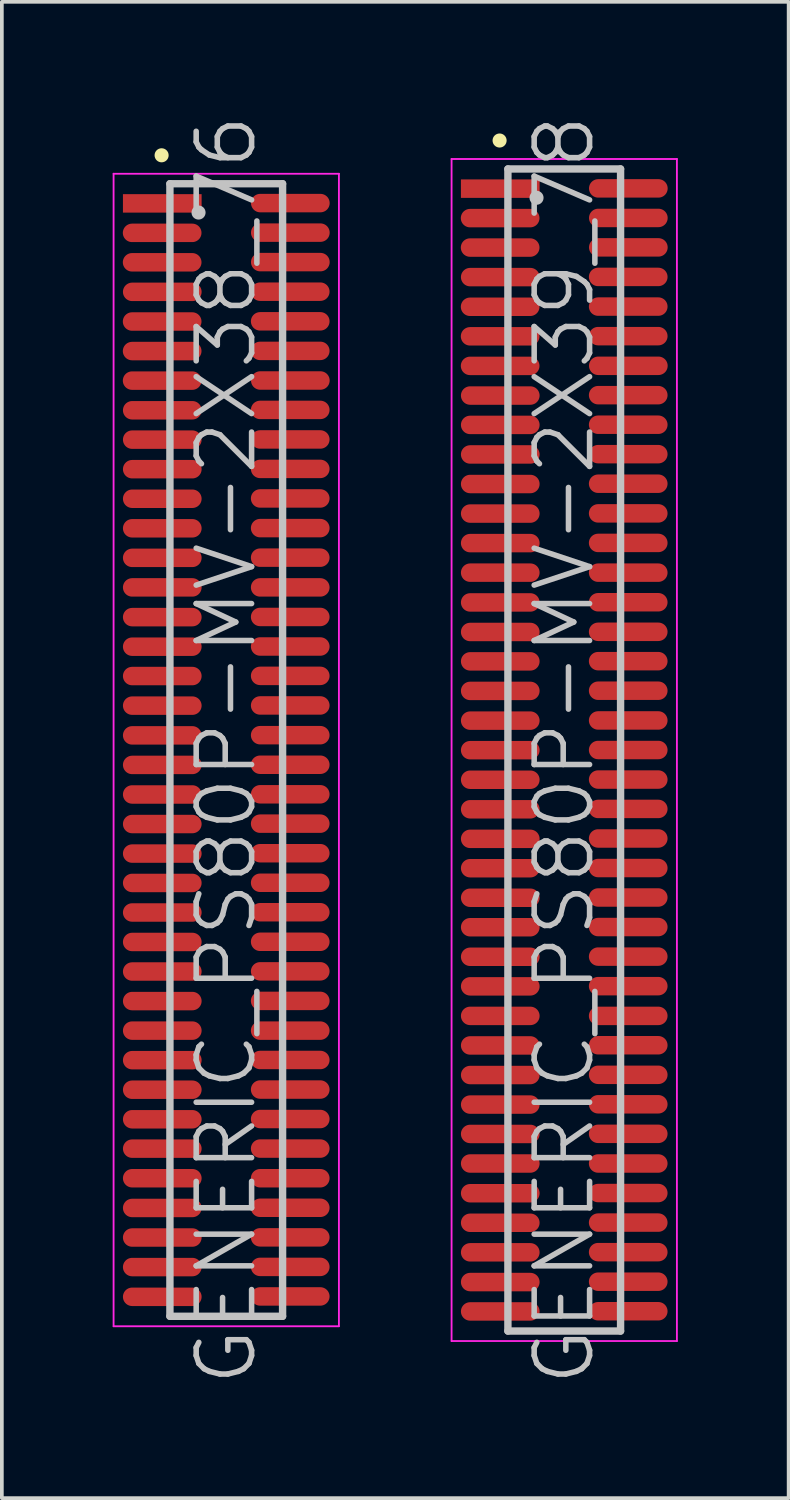
<source format=kicad_pcb>
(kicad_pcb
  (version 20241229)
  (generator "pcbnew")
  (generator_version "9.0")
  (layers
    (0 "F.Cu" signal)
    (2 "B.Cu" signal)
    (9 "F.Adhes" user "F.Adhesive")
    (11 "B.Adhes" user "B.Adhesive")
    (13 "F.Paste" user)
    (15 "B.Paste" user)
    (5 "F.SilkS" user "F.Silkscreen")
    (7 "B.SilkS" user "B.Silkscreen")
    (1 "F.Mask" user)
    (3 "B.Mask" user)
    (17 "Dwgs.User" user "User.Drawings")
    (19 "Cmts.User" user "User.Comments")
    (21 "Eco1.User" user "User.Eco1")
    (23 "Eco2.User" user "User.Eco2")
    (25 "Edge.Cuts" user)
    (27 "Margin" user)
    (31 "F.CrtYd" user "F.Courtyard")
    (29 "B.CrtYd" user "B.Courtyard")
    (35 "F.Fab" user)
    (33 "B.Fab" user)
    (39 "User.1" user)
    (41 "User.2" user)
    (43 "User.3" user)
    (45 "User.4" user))
  (footprint "GENERIC_PS80P-MV-2X38_76"
    (layer "F.Cu")
    (at 3.075 17.254)
    (property "Reference" "GENERIC_PS80P-MV-2X38_76" (at 0 0 90) (layer "Dwgs.User") (effects (font (size 1.5 1.5) (thickness 0.15))))
    (attr smd)
    (fp_line (start -1.75 -16.1) (end -1.75 -16.1) (stroke (width 0.381) (type solid)) (layer "F.SilkS"))
    (fp_line (start -1.525 -15.33) (end -1.525 15.33) (stroke (width 0.2) (type solid)) (layer "Dwgs.User"))
    (fp_line (start -1.525 -15.33) (end 1.525 -15.33) (stroke (width 0.2) (type solid)) (layer "Dwgs.User"))
    (fp_line (start -1.525 15.33) (end 1.525 15.33) (stroke (width 0.2) (type solid)) (layer "Dwgs.User"))
    (fp_line (start -0.75 -14.55) (end -0.75 -14.55) (stroke (width 0.381) (type solid)) (layer "Dwgs.User"))
    (fp_line (start 1.525 -15.33) (end 1.525 15.33) (stroke (width 0.2) (type solid)) (layer "Dwgs.User"))
    (fp_line (start -3.05 -15.6) (end -3.05 15.6) (stroke (width 0.05) (type solid)) (layer "F.CrtYd"))
    (fp_line (start -3.05 -15.6) (end 3.05 -15.6) (stroke (width 0.05) (type solid)) (layer "F.CrtYd"))
    (fp_line (start -3.05 15.6) (end 3.05 15.6) (stroke (width 0.05) (type solid)) (layer "F.CrtYd"))
    (fp_line (start 3.05 -15.6) (end 3.05 15.6) (stroke (width 0.05) (type solid)) (layer "F.CrtYd"))
    (pad "1" smd rect (at -1.732 -14.798 270) (size 0.5 2.13) (layers "F.Cu" "F.Mask" "F.Paste"))
    (pad "2" smd oval (at 1.735 -14.806 270) (size 0.5 2.13) (layers "F.Cu" "F.Mask" "F.Paste"))
    (pad "3" smd oval (at -1.735 -14 270) (size 0.5 2.13) (layers "F.Cu" "F.Mask" "F.Paste"))
    (pad "4" smd oval (at 1.735 -14.006 270) (size 0.5 2.13) (layers "F.Cu" "F.Mask" "F.Paste"))
    (pad "5" smd oval (at -1.735 -13.203 270) (size 0.5 2.13) (layers "F.Cu" "F.Mask" "F.Paste"))
    (pad "6" smd oval (at 1.735 -13.208 270) (size 0.5 2.13) (layers "F.Cu" "F.Mask" "F.Paste"))
    (pad "7" smd oval (at -1.732 -12.403 270) (size 0.5 2.13) (layers "F.Cu" "F.Mask" "F.Paste"))
    (pad "8" smd oval (at 1.732 -12.408 270) (size 0.5 2.13) (layers "F.Cu" "F.Mask" "F.Paste"))
    (pad "9" smd oval (at -1.735 -11.6 270) (size 0.5 2.13) (layers "F.Cu" "F.Mask" "F.Paste"))
    (pad "10" smd oval (at 1.732 -11.605 270) (size 0.5 2.13) (layers "F.Cu" "F.Mask" "F.Paste"))
    (pad "11" smd oval (at -1.735 -10.8 270) (size 0.5 2.13) (layers "F.Cu" "F.Mask" "F.Paste"))
    (pad "12" smd oval (at 1.732 -10.805 270) (size 0.5 2.13) (layers "F.Cu" "F.Mask" "F.Paste"))
    (pad "13" smd oval (at -1.735 -10 270) (size 0.5 2.13) (layers "F.Cu" "F.Mask" "F.Paste"))
    (pad "14" smd oval (at 1.735 -10.003 270) (size 0.5 2.13) (layers "F.Cu" "F.Mask" "F.Paste"))
    (pad "15" smd oval (at -1.732 -9.197 270) (size 0.5 2.13) (layers "F.Cu" "F.Mask" "F.Paste"))
    (pad "16" smd oval (at 1.732 -9.207 270) (size 0.5 2.13) (layers "F.Cu" "F.Mask" "F.Paste"))
    (pad "17" smd oval (at -1.732 -8.402 270) (size 0.5 2.13) (layers "F.Cu" "F.Mask" "F.Paste"))
    (pad "18" smd oval (at 1.732 -8.407 270) (size 0.5 2.13) (layers "F.Cu" "F.Mask" "F.Paste"))
    (pad "19" smd oval (at -1.732 -7.602 270) (size 0.5 2.13) (layers "F.Cu" "F.Mask" "F.Paste"))
    (pad "20" smd oval (at 1.732 -7.61 270) (size 0.5 2.13) (layers "F.Cu" "F.Mask" "F.Paste"))
    (pad "21" smd oval (at -1.732 -6.802 270) (size 0.5 2.13) (layers "F.Cu" "F.Mask" "F.Paste"))
    (pad "22" smd oval (at 1.732 -6.81 270) (size 0.5 2.13) (layers "F.Cu" "F.Mask" "F.Paste"))
    (pad "23" smd oval (at -1.732 -6.002 270) (size 0.5 2.13) (layers "F.Cu" "F.Mask" "F.Paste"))
    (pad "24" smd oval (at 1.732 -6.007 270) (size 0.5 2.13) (layers "F.Cu" "F.Mask" "F.Paste"))
    (pad "25" smd oval (at -1.732 -5.202 270) (size 0.5 2.13) (layers "F.Cu" "F.Mask" "F.Paste"))
    (pad "26" smd oval (at 1.732 -5.207 270) (size 0.5 2.13) (layers "F.Cu" "F.Mask" "F.Paste"))
    (pad "27" smd oval (at -1.732 -4.402 270) (size 0.5 2.13) (layers "F.Cu" "F.Mask" "F.Paste"))
    (pad "28" smd oval (at 1.732 -4.402 270) (size 0.5 2.13) (layers "F.Cu" "F.Mask" "F.Paste"))
    (pad "29" smd oval (at -1.732 -3.597 270) (size 0.5 2.13) (layers "F.Cu" "F.Mask" "F.Paste"))
    (pad "30" smd oval (at 1.732 -3.602 270) (size 0.5 2.13) (layers "F.Cu" "F.Mask" "F.Paste"))
    (pad "31" smd oval (at -1.732 -2.797 270) (size 0.5 2.13) (layers "F.Cu" "F.Mask" "F.Paste"))
    (pad "32" smd oval (at 1.732 -2.802 270) (size 0.5 2.13) (layers "F.Cu" "F.Mask" "F.Paste"))
    (pad "33" smd oval (at -1.732 -2.002 270) (size 0.5 2.13) (layers "F.Cu" "F.Mask" "F.Paste"))
    (pad "34" smd oval (at 1.732 -2.007 270) (size 0.5 2.13) (layers "F.Cu" "F.Mask" "F.Paste"))
    (pad "35" smd oval (at -1.732 -1.201 270) (size 0.5 2.13) (layers "F.Cu" "F.Mask" "F.Paste"))
    (pad "36" smd oval (at 1.732 -1.206 270) (size 0.5 2.13) (layers "F.Cu" "F.Mask" "F.Paste"))
    (pad "37" smd oval (at -1.732 -0.396 270) (size 0.5 2.13) (layers "F.Cu" "F.Mask" "F.Paste"))
    (pad "38" smd oval (at 1.732 -0.401 270) (size 0.5 2.13) (layers "F.Cu" "F.Mask" "F.Paste"))
    (pad "39" smd oval (at -1.732 0.404 270) (size 0.5 2.13) (layers "F.Cu" "F.Mask" "F.Paste"))
    (pad "40" smd oval (at 1.732 0.399 270) (size 0.5 2.13) (layers "F.Cu" "F.Mask" "F.Paste"))
    (pad "41" smd oval (at -1.732 1.204 270) (size 0.5 2.13) (layers "F.Cu" "F.Mask" "F.Paste"))
    (pad "42" smd oval (at 1.732 1.199 270) (size 0.5 2.13) (layers "F.Cu" "F.Mask" "F.Paste"))
    (pad "43" smd oval (at -1.732 2.004 270) (size 0.5 2.13) (layers "F.Cu" "F.Mask" "F.Paste"))
    (pad "44" smd oval (at 1.732 1.994 270) (size 0.5 2.13) (layers "F.Cu" "F.Mask" "F.Paste"))
    (pad "45" smd oval (at -1.732 2.804 270) (size 0.5 2.13) (layers "F.Cu" "F.Mask" "F.Paste"))
    (pad "46" smd oval (at 1.732 2.794 270) (size 0.5 2.13) (layers "F.Cu" "F.Mask" "F.Paste"))
    (pad "47" smd oval (at -1.732 3.599 270) (size 0.5 2.13) (layers "F.Cu" "F.Mask" "F.Paste"))
    (pad "48" smd oval (at 1.732 3.594 270) (size 0.5 2.13) (layers "F.Cu" "F.Mask" "F.Paste"))
    (pad "49" smd oval (at -1.732 4.399 270) (size 0.5 2.13) (layers "F.Cu" "F.Mask" "F.Paste"))
    (pad "50" smd oval (at 1.732 4.392 270) (size 0.5 2.13) (layers "F.Cu" "F.Mask" "F.Paste"))
    (pad "51" smd oval (at -1.732 5.197 270) (size 0.5 2.13) (layers "F.Cu" "F.Mask" "F.Paste"))
    (pad "52" smd oval (at 1.732 5.192 270) (size 0.5 2.13) (layers "F.Cu" "F.Mask" "F.Paste"))
    (pad "53" smd oval (at -1.732 5.997 270) (size 0.5 2.13) (layers "F.Cu" "F.Mask" "F.Paste"))
    (pad "54" smd oval (at 1.732 5.992 270) (size 0.5 2.13) (layers "F.Cu" "F.Mask" "F.Paste"))
    (pad "55" smd oval (at -1.732 6.797 270) (size 0.5 2.13) (layers "F.Cu" "F.Mask" "F.Paste"))
    (pad "56" smd oval (at 1.732 6.792 270) (size 0.5 2.13) (layers "F.Cu" "F.Mask" "F.Paste"))
    (pad "57" smd oval (at -1.732 7.597 270) (size 0.5 2.13) (layers "F.Cu" "F.Mask" "F.Paste"))
    (pad "58" smd oval (at 1.732 7.597 270) (size 0.5 2.13) (layers "F.Cu" "F.Mask" "F.Paste"))
    (pad "59" smd oval (at -1.732 8.397 270) (size 0.5 2.13) (layers "F.Cu" "F.Mask" "F.Paste"))
    (pad "60" smd oval (at 1.732 8.392 270) (size 0.5 2.13) (layers "F.Cu" "F.Mask" "F.Paste"))
    (pad "61" smd oval (at -1.732 9.197 270) (size 0.5 2.13) (layers "F.Cu" "F.Mask" "F.Paste"))
    (pad "62" smd oval (at 1.732 9.192 270) (size 0.5 2.13) (layers "F.Cu" "F.Mask" "F.Paste"))
    (pad "63" smd oval (at -1.732 9.997 270) (size 0.5 2.13) (layers "F.Cu" "F.Mask" "F.Paste"))
    (pad "64" smd oval (at 1.732 9.99 270) (size 0.5 2.13) (layers "F.Cu" "F.Mask" "F.Paste"))
    (pad "65" smd oval (at -1.732 10.792 270) (size 0.5 2.13) (layers "F.Cu" "F.Mask" "F.Paste"))
    (pad "66" smd oval (at 1.732 10.79 270) (size 0.5 2.13) (layers "F.Cu" "F.Mask" "F.Paste"))
    (pad "67" smd oval (at -1.732 11.593 270) (size 0.5 2.13) (layers "F.Cu" "F.Mask" "F.Paste"))
    (pad "68" smd oval (at 1.732 11.593 270) (size 0.5 2.13) (layers "F.Cu" "F.Mask" "F.Paste"))
    (pad "69" smd oval (at -1.732 12.398 270) (size 0.5 2.13) (layers "F.Cu" "F.Mask" "F.Paste"))
    (pad "70" smd oval (at 1.732 12.393 270) (size 0.5 2.13) (layers "F.Cu" "F.Mask" "F.Paste"))
    (pad "71" smd oval (at -1.732 13.198 270) (size 0.5 2.13) (layers "F.Cu" "F.Mask" "F.Paste"))
    (pad "72" smd oval (at 1.732 13.193 270) (size 0.5 2.13) (layers "F.Cu" "F.Mask" "F.Paste"))
    (pad "73" smd oval (at -1.732 13.998 270) (size 0.5 2.13) (layers "F.Cu" "F.Mask" "F.Paste"))
    (pad "74" smd oval (at 1.732 13.993 270) (size 0.5 2.13) (layers "F.Cu" "F.Mask" "F.Paste"))
    (pad "75" smd oval (at -1.732 14.803 270) (size 0.5 2.13) (layers "F.Cu" "F.Mask" "F.Paste"))
    (pad "76" smd oval (at 1.732 14.793 270) (size 0.5 2.13) (layers "F.Cu" "F.Mask" "F.Paste")))
  (footprint "GENERIC_PS80P-MV-2X39_78"
    (layer "F.Cu")
    (at 12.225 17.254)
    (property "Reference" "GENERIC_PS80P-MV-2X39_78" (at 0 0 90) (layer "Dwgs.User") (effects (font (size 1.5 1.5) (thickness 0.15))))
    (attr smd)
    (fp_line (start -1.75 -16.5) (end -1.75 -16.5) (stroke (width 0.381) (type solid)) (layer "F.SilkS"))
    (fp_line (start -1.525 -15.73) (end -1.525 15.73) (stroke (width 0.2) (type solid)) (layer "Dwgs.User"))
    (fp_line (start -1.525 -15.73) (end 1.525 -15.73) (stroke (width 0.2) (type solid)) (layer "Dwgs.User"))
    (fp_line (start -1.525 15.73) (end 1.525 15.73) (stroke (width 0.2) (type solid)) (layer "Dwgs.User"))
    (fp_line (start -0.75 -14.95) (end -0.75 -14.95) (stroke (width 0.381) (type solid)) (layer "Dwgs.User"))
    (fp_line (start 1.525 -15.73) (end 1.525 15.73) (stroke (width 0.2) (type solid)) (layer "Dwgs.User"))
    (fp_line (start -3.05 -16) (end -3.05 16) (stroke (width 0.05) (type solid)) (layer "F.CrtYd"))
    (fp_line (start -3.05 -16) (end 3.05 -16) (stroke (width 0.05) (type solid)) (layer "F.CrtYd"))
    (fp_line (start -3.05 16) (end 3.05 16) (stroke (width 0.05) (type solid)) (layer "F.CrtYd"))
    (fp_line (start 3.05 -16) (end 3.05 16) (stroke (width 0.05) (type solid)) (layer "F.CrtYd"))
    (pad "1" smd rect (at -1.732 -15.197 270) (size 0.5 2.13) (layers "F.Cu" "F.Mask" "F.Paste"))
    (pad "2" smd oval (at 1.735 -15.204 270) (size 0.5 2.13) (layers "F.Cu" "F.Mask" "F.Paste"))
    (pad "3" smd oval (at -1.735 -14.399 270) (size 0.5 2.13) (layers "F.Cu" "F.Mask" "F.Paste"))
    (pad "4" smd oval (at 1.735 -14.404 270) (size 0.5 2.13) (layers "F.Cu" "F.Mask" "F.Paste"))
    (pad "5" smd oval (at -1.735 -13.602 270) (size 0.5 2.13) (layers "F.Cu" "F.Mask" "F.Paste"))
    (pad "6" smd oval (at 1.735 -13.607 270) (size 0.5 2.13) (layers "F.Cu" "F.Mask" "F.Paste"))
    (pad "7" smd oval (at -1.732 -12.802 270) (size 0.5 2.13) (layers "F.Cu" "F.Mask" "F.Paste"))
    (pad "8" smd oval (at 1.732 -12.807 270) (size 0.5 2.13) (layers "F.Cu" "F.Mask" "F.Paste"))
    (pad "9" smd oval (at -1.735 -11.999 270) (size 0.5 2.13) (layers "F.Cu" "F.Mask" "F.Paste"))
    (pad "10" smd oval (at 1.732 -12.004 270) (size 0.5 2.13) (layers "F.Cu" "F.Mask" "F.Paste"))
    (pad "11" smd oval (at -1.735 -11.199 270) (size 0.5 2.13) (layers "F.Cu" "F.Mask" "F.Paste"))
    (pad "12" smd oval (at 1.732 -11.204 270) (size 0.5 2.13) (layers "F.Cu" "F.Mask" "F.Paste"))
    (pad "13" smd oval (at -1.735 -10.399 270) (size 0.5 2.13) (layers "F.Cu" "F.Mask" "F.Paste"))
    (pad "14" smd oval (at 1.735 -10.401 270) (size 0.5 2.13) (layers "F.Cu" "F.Mask" "F.Paste"))
    (pad "15" smd oval (at -1.732 -9.596 270) (size 0.5 2.13) (layers "F.Cu" "F.Mask" "F.Paste"))
    (pad "16" smd oval (at 1.732 -9.606 270) (size 0.5 2.13) (layers "F.Cu" "F.Mask" "F.Paste"))
    (pad "17" smd oval (at -1.732 -8.801 270) (size 0.5 2.13) (layers "F.Cu" "F.Mask" "F.Paste"))
    (pad "18" smd oval (at 1.732 -8.806 270) (size 0.5 2.13) (layers "F.Cu" "F.Mask" "F.Paste"))
    (pad "19" smd oval (at -1.732 -8.001 270) (size 0.5 2.13) (layers "F.Cu" "F.Mask" "F.Paste"))
    (pad "20" smd oval (at 1.732 -8.009 270) (size 0.5 2.13) (layers "F.Cu" "F.Mask" "F.Paste"))
    (pad "21" smd oval (at -1.732 -7.201 270) (size 0.5 2.13) (layers "F.Cu" "F.Mask" "F.Paste"))
    (pad "22" smd oval (at 1.732 -7.209 270) (size 0.5 2.13) (layers "F.Cu" "F.Mask" "F.Paste"))
    (pad "23" smd oval (at -1.732 -6.401 270) (size 0.5 2.13) (layers "F.Cu" "F.Mask" "F.Paste"))
    (pad "24" smd oval (at 1.732 -6.406 270) (size 0.5 2.13) (layers "F.Cu" "F.Mask" "F.Paste"))
    (pad "25" smd oval (at -1.732 -5.601 270) (size 0.5 2.13) (layers "F.Cu" "F.Mask" "F.Paste"))
    (pad "26" smd oval (at 1.732 -5.606 270) (size 0.5 2.13) (layers "F.Cu" "F.Mask" "F.Paste"))
    (pad "27" smd oval (at -1.732 -4.801 270) (size 0.5 2.13) (layers "F.Cu" "F.Mask" "F.Paste"))
    (pad "28" smd oval (at 1.732 -4.801 270) (size 0.5 2.13) (layers "F.Cu" "F.Mask" "F.Paste"))
    (pad "29" smd oval (at -1.732 -3.995 270) (size 0.5 2.13) (layers "F.Cu" "F.Mask" "F.Paste"))
    (pad "30" smd oval (at 1.732 -4 270) (size 0.5 2.13) (layers "F.Cu" "F.Mask" "F.Paste"))
    (pad "31" smd oval (at -1.732 -3.195 270) (size 0.5 2.13) (layers "F.Cu" "F.Mask" "F.Paste"))
    (pad "32" smd oval (at 1.732 -3.2 270) (size 0.5 2.13) (layers "F.Cu" "F.Mask" "F.Paste"))
    (pad "33" smd oval (at -1.732 -2.4 270) (size 0.5 2.13) (layers "F.Cu" "F.Mask" "F.Paste"))
    (pad "34" smd oval (at 1.732 -2.405 270) (size 0.5 2.13) (layers "F.Cu" "F.Mask" "F.Paste"))
    (pad "35" smd oval (at -1.732 -1.6 270) (size 0.5 2.13) (layers "F.Cu" "F.Mask" "F.Paste"))
    (pad "36" smd oval (at 1.732 -1.605 270) (size 0.5 2.13) (layers "F.Cu" "F.Mask" "F.Paste"))
    (pad "37" smd oval (at -1.732 -0.795 270) (size 0.5 2.13) (layers "F.Cu" "F.Mask" "F.Paste"))
    (pad "38" smd oval (at 1.732 -0.8 270) (size 0.5 2.13) (layers "F.Cu" "F.Mask" "F.Paste"))
    (pad "39" smd oval (at -1.732 0.005 270) (size 0.5 2.13) (layers "F.Cu" "F.Mask" "F.Paste"))
    (pad "40" smd oval (at 1.732 0 270) (size 0.5 2.13) (layers "F.Cu" "F.Mask" "F.Paste"))
    (pad "41" smd oval (at -1.732 0.805 270) (size 0.5 2.13) (layers "F.Cu" "F.Mask" "F.Paste"))
    (pad "42" smd oval (at 1.732 0.8 270) (size 0.5 2.13) (layers "F.Cu" "F.Mask" "F.Paste"))
    (pad "43" smd oval (at -1.732 1.605 270) (size 0.5 2.13) (layers "F.Cu" "F.Mask" "F.Paste"))
    (pad "44" smd oval (at 1.732 1.595 270) (size 0.5 2.13) (layers "F.Cu" "F.Mask" "F.Paste"))
    (pad "45" smd oval (at -1.732 2.405 270) (size 0.5 2.13) (layers "F.Cu" "F.Mask" "F.Paste"))
    (pad "46" smd oval (at 1.732 2.395 270) (size 0.5 2.13) (layers "F.Cu" "F.Mask" "F.Paste"))
    (pad "47" smd oval (at -1.732 3.2 270) (size 0.5 2.13) (layers "F.Cu" "F.Mask" "F.Paste"))
    (pad "48" smd oval (at 1.732 3.195 270) (size 0.5 2.13) (layers "F.Cu" "F.Mask" "F.Paste"))
    (pad "49" smd oval (at -1.732 4 270) (size 0.5 2.13) (layers "F.Cu" "F.Mask" "F.Paste"))
    (pad "50" smd oval (at 1.732 3.993 270) (size 0.5 2.13) (layers "F.Cu" "F.Mask" "F.Paste"))
    (pad "51" smd oval (at -1.732 4.798 270) (size 0.5 2.13) (layers "F.Cu" "F.Mask" "F.Paste"))
    (pad "52" smd oval (at 1.732 4.793 270) (size 0.5 2.13) (layers "F.Cu" "F.Mask" "F.Paste"))
    (pad "53" smd oval (at -1.732 5.598 270) (size 0.5 2.13) (layers "F.Cu" "F.Mask" "F.Paste"))
    (pad "54" smd oval (at 1.732 5.593 270) (size 0.5 2.13) (layers "F.Cu" "F.Mask" "F.Paste"))
    (pad "55" smd oval (at -1.732 6.398 270) (size 0.5 2.13) (layers "F.Cu" "F.Mask" "F.Paste"))
    (pad "56" smd oval (at 1.732 6.393 270) (size 0.5 2.13) (layers "F.Cu" "F.Mask" "F.Paste"))
    (pad "57" smd oval (at -1.732 7.198 270) (size 0.5 2.13) (layers "F.Cu" "F.Mask" "F.Paste"))
    (pad "58" smd oval (at 1.732 7.198 270) (size 0.5 2.13) (layers "F.Cu" "F.Mask" "F.Paste"))
    (pad "59" smd oval (at -1.732 7.998 270) (size 0.5 2.13) (layers "F.Cu" "F.Mask" "F.Paste"))
    (pad "60" smd oval (at 1.732 7.993 270) (size 0.5 2.13) (layers "F.Cu" "F.Mask" "F.Paste"))
    (pad "61" smd oval (at -1.732 8.799 270) (size 0.5 2.13) (layers "F.Cu" "F.Mask" "F.Paste"))
    (pad "62" smd oval (at 1.732 8.793 270) (size 0.5 2.13) (layers "F.Cu" "F.Mask" "F.Paste"))
    (pad "63" smd oval (at -1.732 9.599 270) (size 0.5 2.13) (layers "F.Cu" "F.Mask" "F.Paste"))
    (pad "64" smd oval (at 1.732 9.591 270) (size 0.5 2.13) (layers "F.Cu" "F.Mask" "F.Paste"))
    (pad "65" smd oval (at -1.732 10.394 270) (size 0.5 2.13) (layers "F.Cu" "F.Mask" "F.Paste"))
    (pad "66" smd oval (at 1.732 10.391 270) (size 0.5 2.13) (layers "F.Cu" "F.Mask" "F.Paste"))
    (pad "67" smd oval (at -1.732 11.194 270) (size 0.5 2.13) (layers "F.Cu" "F.Mask" "F.Paste"))
    (pad "68" smd oval (at 1.732 11.194 270) (size 0.5 2.13) (layers "F.Cu" "F.Mask" "F.Paste"))
    (pad "69" smd oval (at -1.732 11.999 270) (size 0.5 2.13) (layers "F.Cu" "F.Mask" "F.Paste"))
    (pad "70" smd oval (at 1.732 11.994 270) (size 0.5 2.13) (layers "F.Cu" "F.Mask" "F.Paste"))
    (pad "71" smd oval (at -1.732 12.799 270) (size 0.5 2.13) (layers "F.Cu" "F.Mask" "F.Paste"))
    (pad "72" smd oval (at 1.732 12.794 270) (size 0.5 2.13) (layers "F.Cu" "F.Mask" "F.Paste"))
    (pad "73" smd oval (at -1.732 13.599 270) (size 0.5 2.13) (layers "F.Cu" "F.Mask" "F.Paste"))
    (pad "74" smd oval (at 1.732 13.594 270) (size 0.5 2.13) (layers "F.Cu" "F.Mask" "F.Paste"))
    (pad "75" smd oval (at -1.732 14.404 270) (size 0.5 2.13) (layers "F.Cu" "F.Mask" "F.Paste"))
    (pad "76" smd oval (at 1.732 14.394 270) (size 0.5 2.13) (layers "F.Cu" "F.Mask" "F.Paste"))
    (pad "77" smd oval (at -1.732 15.199 270) (size 0.5 2.13) (layers "F.Cu" "F.Mask" "F.Paste"))
    (pad "78" smd oval (at 1.732 15.194 270) (size 0.5 2.13) (layers "F.Cu" "F.Mask" "F.Paste")))
  (gr_rect
    (start -3 -3)
    (end 18.3 37.507)
    (stroke (width 0.1) (type default))
    (fill no)
    (layer "Edge.Cuts")))
</source>
